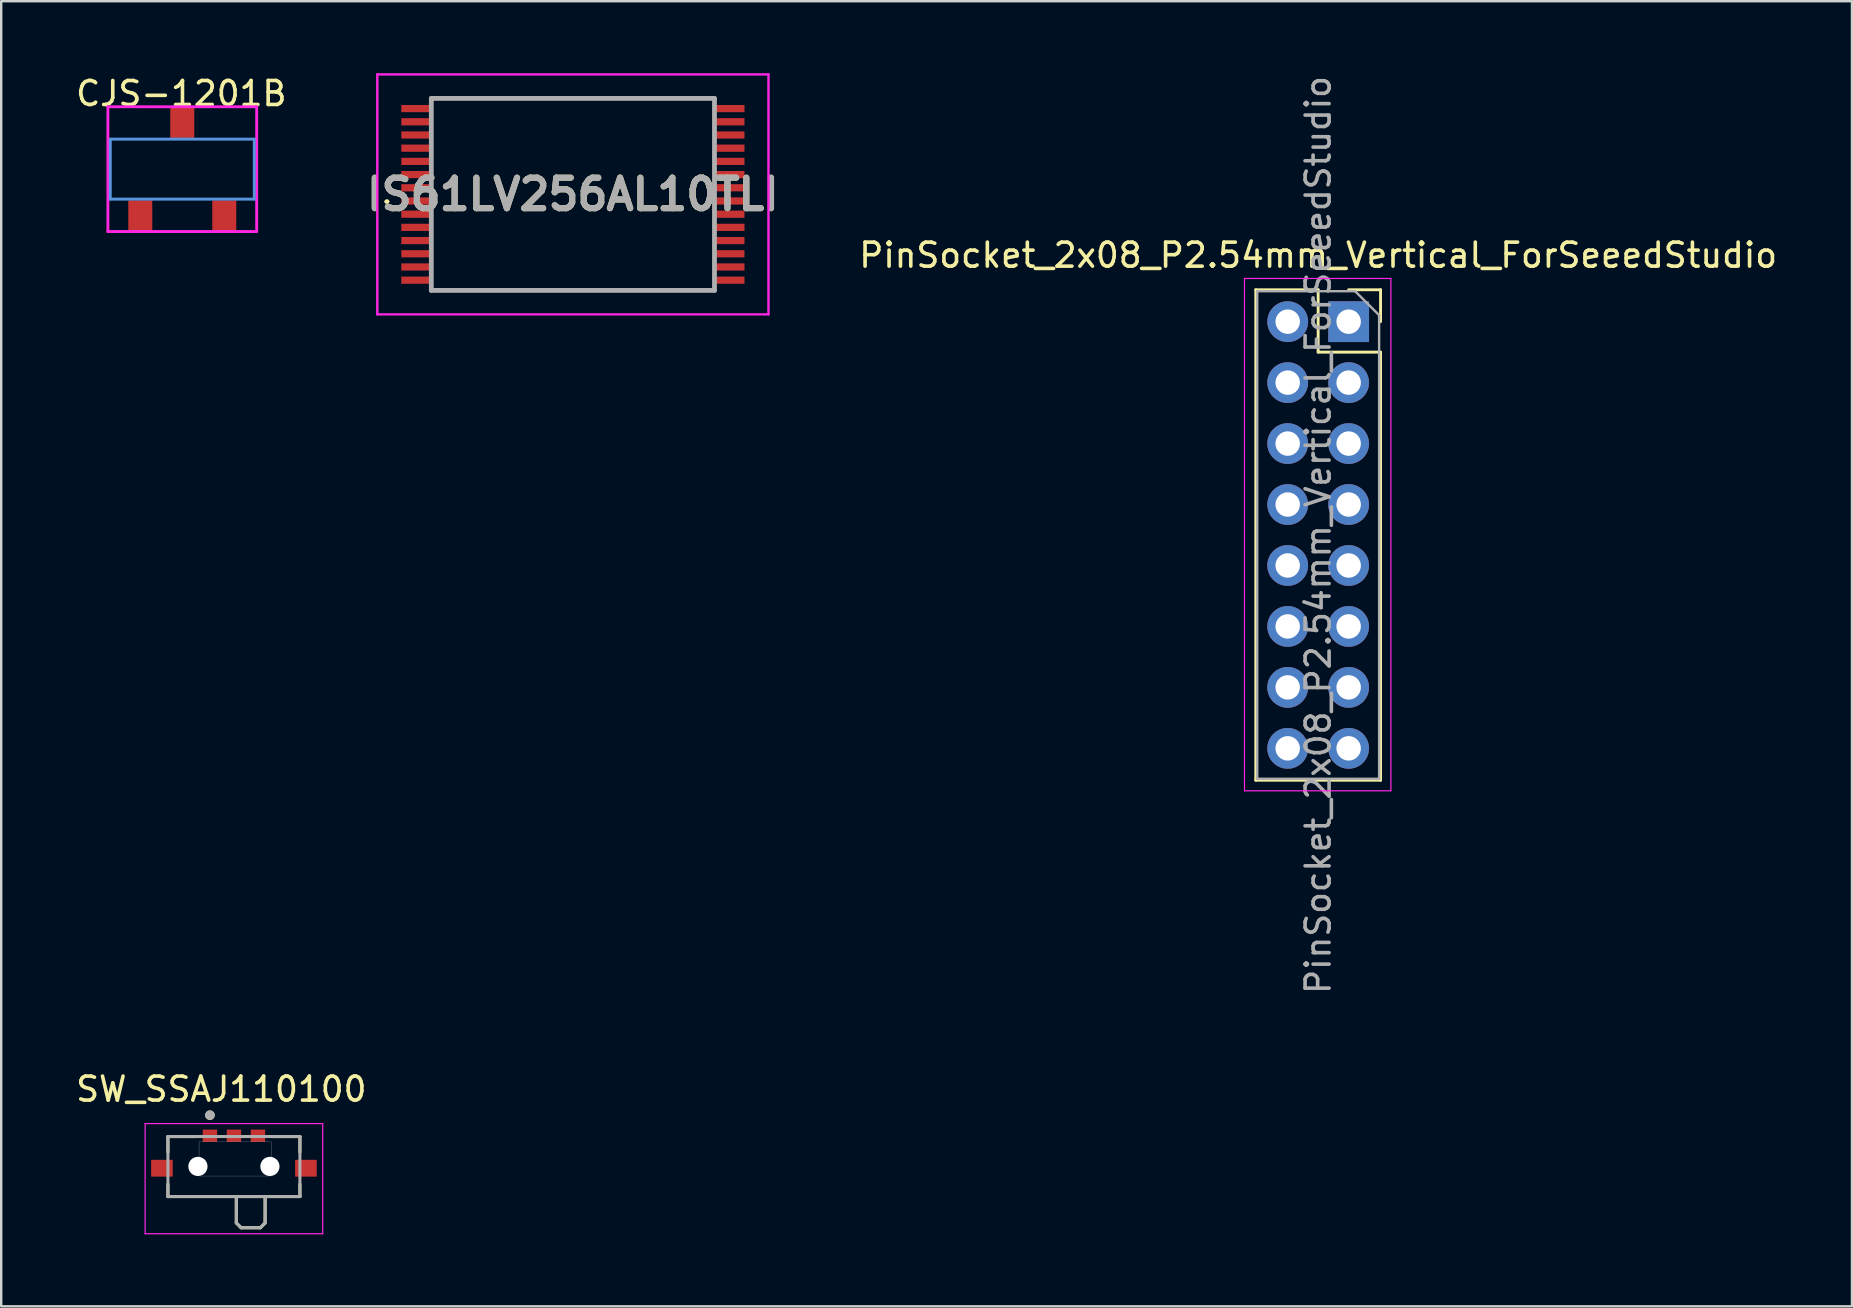
<source format=kicad_pcb>
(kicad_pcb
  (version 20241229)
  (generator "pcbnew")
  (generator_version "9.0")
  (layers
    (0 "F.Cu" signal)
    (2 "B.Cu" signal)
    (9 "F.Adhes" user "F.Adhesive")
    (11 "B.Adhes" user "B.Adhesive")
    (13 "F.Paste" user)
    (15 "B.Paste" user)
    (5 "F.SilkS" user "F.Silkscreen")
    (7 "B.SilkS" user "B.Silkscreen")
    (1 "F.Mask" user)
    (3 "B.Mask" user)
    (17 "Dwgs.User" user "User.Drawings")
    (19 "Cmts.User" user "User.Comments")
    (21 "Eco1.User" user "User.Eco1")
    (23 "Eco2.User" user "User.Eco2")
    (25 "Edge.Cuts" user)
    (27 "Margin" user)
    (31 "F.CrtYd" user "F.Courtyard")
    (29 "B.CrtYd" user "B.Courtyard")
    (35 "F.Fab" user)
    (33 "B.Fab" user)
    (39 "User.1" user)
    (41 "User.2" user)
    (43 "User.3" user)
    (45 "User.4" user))
  (footprint "CJS-1201B"
    (layer "F.Cu")
    (at 4.546 3.998)
    (property "Reference" "CJS-1201B" (at -0.04 -3.15 0) (layer "F.SilkS") (effects (font (size 1 1) (thickness 0.15))))
    (attr through_hole)
    (fp_line (start -3 -1.25) (end 3 -1.25) (stroke (width 0.12) (type solid)) (layer "Cmts.User"))
    (fp_line (start -3 1.25) (end -3 -1.25) (stroke (width 0.12) (type solid)) (layer "Cmts.User"))
    (fp_line (start 3 -1.25) (end 3 1.25) (stroke (width 0.12) (type solid)) (layer "Cmts.User"))
    (fp_line (start 3 1.25) (end -3 1.25) (stroke (width 0.12) (type solid)) (layer "Cmts.User"))
    (fp_line (start -3.1 -2.6) (end 3.1 -2.6) (stroke (width 0.12) (type solid)) (layer "F.CrtYd"))
    (fp_line (start -3.1 2.6) (end -3.1 -2.6) (stroke (width 0.12) (type solid)) (layer "F.CrtYd"))
    (fp_line (start 3.1 -2.6) (end 3.1 2.6) (stroke (width 0.12) (type solid)) (layer "F.CrtYd"))
    (fp_line (start 3.1 2.6) (end -3.1 2.6) (stroke (width 0.12) (type solid)) (layer "F.CrtYd"))
    (pad "1" smd rect (at -1.75 1.95) (size 1 1.3) (layers "F.Cu" "F.Mask" "F.Paste"))
    (pad "2" smd rect (at 0 -1.95) (size 1 1.3) (layers "F.Cu" "F.Mask" "F.Paste"))
    (pad "3" smd rect (at 1.75 1.95) (size 1 1.3) (layers "F.Cu" "F.Mask" "F.Paste")))
  (footprint "SW_SSAJ110100"
    (layer "F.Cu")
    (at 6.698 45.556)
    (property "Reference" "SW_SSAJ110100" (at -0.525 -3.22 0) (layer "F.SilkS") (effects (font (size 1 1) (thickness 0.15))))
    (attr smd)
    (fp_line (start -2.75 -1.245) (end -1.62 -1.245) (stroke (width 0.127) (type solid)) (layer "F.SilkS"))
    (fp_line (start -2.75 -0.595) (end -2.75 -1.245) (stroke (width 0.127) (type solid)) (layer "F.SilkS"))
    (fp_line (start -2.75 1.255) (end -2.75 0.745) (stroke (width 0.127) (type solid)) (layer "F.SilkS"))
    (fp_line (start 0.1 1.255) (end -2.75 1.255) (stroke (width 0.127) (type solid)) (layer "F.SilkS"))
    (fp_line (start 0.1 1.255) (end 0.1 2.355) (stroke (width 0.127) (type solid)) (layer "F.SilkS"))
    (fp_line (start 0.1 2.355) (end 0.3 2.555) (stroke (width 0.127) (type solid)) (layer "F.SilkS"))
    (fp_line (start 0.3 2.555) (end 1.1 2.555) (stroke (width 0.127) (type solid)) (layer "F.SilkS"))
    (fp_line (start 1.1 2.555) (end 1.3 2.355) (stroke (width 0.127) (type solid)) (layer "F.SilkS"))
    (fp_line (start 1.3 1.255) (end 0.1 1.255) (stroke (width 0.127) (type solid)) (layer "F.SilkS"))
    (fp_line (start 1.3 2.355) (end 1.3 1.255) (stroke (width 0.127) (type solid)) (layer "F.SilkS"))
    (fp_line (start 1.62 -1.245) (end 2.75 -1.245) (stroke (width 0.127) (type solid)) (layer "F.SilkS"))
    (fp_line (start 2.75 -1.245) (end 2.75 -0.595) (stroke (width 0.127) (type solid)) (layer "F.SilkS"))
    (fp_line (start 2.75 1.255) (end 1.3 1.255) (stroke (width 0.127) (type solid)) (layer "F.SilkS"))
    (fp_line (start 2.75 1.255) (end 2.75 0.745) (stroke (width 0.127) (type solid)) (layer "F.SilkS"))
    (fp_circle (center -1 -2.135) (end -0.9 -2.135) (stroke (width 0.2) (type solid)) (fill no) (layer "F.SilkS"))
    (fp_poly (pts (xy -1.453 -1.025) (xy 1.55 -1.025) (xy 1.55 0.4) (xy -1.453 0.4)) (stroke (width 0.01) (type solid)) (fill no) (layer "Dwgs.User"))
    (fp_line (start -3.7 -1.785) (end -3.7 2.805) (stroke (width 0.05) (type solid)) (layer "F.CrtYd"))
    (fp_line (start -3.7 2.805) (end 3.7 2.805) (stroke (width 0.05) (type solid)) (layer "F.CrtYd"))
    (fp_line (start 3.7 -1.785) (end -3.7 -1.785) (stroke (width 0.05) (type solid)) (layer "F.CrtYd"))
    (fp_line (start 3.7 2.805) (end 3.7 -1.785) (stroke (width 0.05) (type solid)) (layer "F.CrtYd"))
    (fp_line (start -2.75 -1.245) (end 2.75 -1.245) (stroke (width 0.127) (type solid)) (layer "F.Fab"))
    (fp_line (start -2.75 1.255) (end -2.75 -1.245) (stroke (width 0.127) (type solid)) (layer "F.Fab"))
    (fp_line (start 0.1 1.255) (end -2.75 1.255) (stroke (width 0.127) (type solid)) (layer "F.Fab"))
    (fp_line (start 0.1 1.255) (end 0.1 2.355) (stroke (width 0.127) (type solid)) (layer "F.Fab"))
    (fp_line (start 0.1 2.355) (end 0.3 2.555) (stroke (width 0.127) (type solid)) (layer "F.Fab"))
    (fp_line (start 0.3 2.555) (end 1.1 2.555) (stroke (width 0.127) (type solid)) (layer "F.Fab"))
    (fp_line (start 1.1 2.555) (end 1.3 2.355) (stroke (width 0.127) (type solid)) (layer "F.Fab"))
    (fp_line (start 1.3 1.255) (end 0.1 1.255) (stroke (width 0.127) (type solid)) (layer "F.Fab"))
    (fp_line (start 1.3 2.355) (end 1.3 1.255) (stroke (width 0.127) (type solid)) (layer "F.Fab"))
    (fp_line (start 2.75 -1.245) (end 2.75 1.255) (stroke (width 0.127) (type solid)) (layer "F.Fab"))
    (fp_line (start 2.75 1.255) (end 1.3 1.255) (stroke (width 0.127) (type solid)) (layer "F.Fab"))
    (fp_circle (center -1 -2.135) (end -0.9 -2.135) (stroke (width 0.2) (type solid)) (fill no) (layer "F.Fab"))
    (pad "" np_thru_hole circle (at -1.5 0) (size 0.8 0.8) (drill 0.8) (layers "*.Cu" "*.Mask"))
    (pad "" np_thru_hole circle (at 1.5 0) (size 0.8 0.8) (drill 0.8) (layers "*.Cu" "*.Mask"))
    (pad "1" smd rect (at -1 -1.28) (size 0.6 0.51) (layers "F.Cu" "F.Mask" "F.Paste"))
    (pad "2" smd rect (at 1 -1.28) (size 0.6 0.51) (layers "F.Cu" "F.Mask" "F.Paste"))
    (pad "C" smd rect (at 0 -1.28) (size 0.6 0.51) (layers "F.Cu" "F.Mask" "F.Paste"))
    (pad "S1" smd rect (at 3 0.075) (size 0.9 0.7) (layers "F.Cu" "F.Mask" "F.Paste"))
    (pad "S2" smd rect (at -3 0.075) (size 0.9 0.7) (layers "F.Cu" "F.Mask" "F.Paste")))
  (footprint "PinSocket_2x08_P2.54mm_Vertical_ForSeeedStudio"
    (layer "F.Cu")
    (at 53.149 10.354)
    (property "Reference" "PinSocket_2x08_P2.54mm_Vertical_ForSeeedStudio" (at -1.27 -2.77 180) (layer "F.SilkS") (effects (font (size 1 1) (thickness 0.15))))
    (attr through_hole)
    (fp_line (start -3.87 -1.33) (end -3.87 19.11) (stroke (width 0.12) (type solid)) (layer "F.SilkS"))
    (fp_line (start -3.87 -1.33) (end -1.27 -1.33) (stroke (width 0.12) (type solid)) (layer "F.SilkS"))
    (fp_line (start -3.87 19.11) (end 1.33 19.11) (stroke (width 0.12) (type solid)) (layer "F.SilkS"))
    (fp_line (start -1.27 -1.33) (end -1.27 1.27) (stroke (width 0.12) (type solid)) (layer "F.SilkS"))
    (fp_line (start -1.27 1.27) (end 1.33 1.27) (stroke (width 0.12) (type solid)) (layer "F.SilkS"))
    (fp_line (start 0 -1.33) (end 1.33 -1.33) (stroke (width 0.12) (type solid)) (layer "F.SilkS"))
    (fp_line (start 1.33 -1.33) (end 1.33 0) (stroke (width 0.12) (type solid)) (layer "F.SilkS"))
    (fp_line (start 1.33 1.27) (end 1.33 19.11) (stroke (width 0.12) (type solid)) (layer "F.SilkS"))
    (fp_line (start -4.34 -1.8) (end 1.76 -1.8) (stroke (width 0.05) (type solid)) (layer "F.CrtYd"))
    (fp_line (start -4.34 19.55) (end -4.34 -1.8) (stroke (width 0.05) (type solid)) (layer "F.CrtYd"))
    (fp_line (start 1.76 -1.8) (end 1.76 19.55) (stroke (width 0.05) (type solid)) (layer "F.CrtYd"))
    (fp_line (start 1.76 19.55) (end -4.34 19.55) (stroke (width 0.05) (type solid)) (layer "F.CrtYd"))
    (fp_line (start -3.81 -1.27) (end 0.27 -1.27) (stroke (width 0.1) (type solid)) (layer "F.Fab"))
    (fp_line (start -3.81 19.05) (end -3.81 -1.27) (stroke (width 0.1) (type solid)) (layer "F.Fab"))
    (fp_line (start 0.27 -1.27) (end 1.27 -0.27) (stroke (width 0.1) (type solid)) (layer "F.Fab"))
    (fp_line (start 1.27 -0.27) (end 1.27 19.05) (stroke (width 0.1) (type solid)) (layer "F.Fab"))
    (fp_line (start 1.27 19.05) (end -3.81 19.05) (stroke (width 0.1) (type solid)) (layer "F.Fab"))
    (fp_text user "${REFERENCE}" (at -1.27 8.89 90) (layer "F.Fab") (effects (font (size 1 1) (thickness 0.15))))
    (pad "1" thru_hole rect (at 0 0) (size 1.7 1.7) (drill 1.02) (layers "*.Cu" "*.Mask"))
    (pad "2" thru_hole oval (at -2.54 0) (size 1.7 1.7) (drill 1.02) (layers "*.Cu" "*.Mask"))
    (pad "3" thru_hole oval (at 0 2.54) (size 1.7 1.7) (drill 1.02) (layers "*.Cu" "*.Mask"))
    (pad "4" thru_hole oval (at -2.54 2.54) (size 1.7 1.7) (drill 1.02) (layers "*.Cu" "*.Mask"))
    (pad "5" thru_hole oval (at 0 5.08) (size 1.7 1.7) (drill 1.02) (layers "*.Cu" "*.Mask"))
    (pad "6" thru_hole oval (at -2.54 5.08) (size 1.7 1.7) (drill 1.02) (layers "*.Cu" "*.Mask"))
    (pad "7" thru_hole oval (at 0 7.62) (size 1.7 1.7) (drill 1.02) (layers "*.Cu" "*.Mask"))
    (pad "8" thru_hole oval (at -2.54 7.62) (size 1.7 1.7) (drill 1.02) (layers "*.Cu" "*.Mask"))
    (pad "9" thru_hole oval (at 0 10.16) (size 1.7 1.7) (drill 1.02) (layers "*.Cu" "*.Mask"))
    (pad "10" thru_hole oval (at -2.54 10.16) (size 1.7 1.7) (drill 1.02) (layers "*.Cu" "*.Mask"))
    (pad "11" thru_hole oval (at 0 12.7) (size 1.7 1.7) (drill 1.02) (layers "*.Cu" "*.Mask"))
    (pad "12" thru_hole oval (at -2.54 12.7) (size 1.7 1.7) (drill 1.02) (layers "*.Cu" "*.Mask"))
    (pad "13" thru_hole oval (at 0 15.24) (size 1.7 1.7) (drill 1.02) (layers "*.Cu" "*.Mask"))
    (pad "14" thru_hole oval (at -2.54 15.24) (size 1.7 1.7) (drill 1.02) (layers "*.Cu" "*.Mask"))
    (pad "15" thru_hole oval (at 0 17.78) (size 1.7 1.7) (drill 1.02) (layers "*.Cu" "*.Mask"))
    (pad "16" thru_hole oval (at -2.54 17.78) (size 1.7 1.7) (drill 1.02) (layers "*.Cu" "*.Mask")))
  (footprint "IS61LV256AL10TLI"
    (layer "F.Cu")
    (at 20.823 5.05)
    (property "Reference" "IS61LV256AL10TLI" (at 0 0 0) (layer "F.SilkS") (effects (font (size 1.27 1.27) (thickness 0.254))))
    (attr smd)
    (fp_line (start -7.8 0.3) (end -7.8 0.3) (stroke (width 0.1) (type solid)) (layer "F.SilkS"))
    (fp_line (start -7.7 0.3) (end -7.7 0.3) (stroke (width 0.1) (type solid)) (layer "F.SilkS"))
    (fp_line (start -5.5 -4) (end 5.5 -4) (stroke (width 0.1) (type solid)) (layer "F.SilkS"))
    (fp_line (start -5.5 4) (end 5.5 4) (stroke (width 0.1) (type solid)) (layer "F.SilkS"))
    (fp_arc (start -7.8 0.3) (mid -7.75 0.25) (end -7.7 0.3) (stroke (width 0.1) (type solid)) (layer "F.SilkS"))
    (fp_arc (start -7.7 0.3) (mid -7.75 0.35) (end -7.8 0.3) (stroke (width 0.1) (type solid)) (layer "F.SilkS"))
    (fp_line (start -8.15 -5) (end 8.15 -5) (stroke (width 0.1) (type solid)) (layer "F.CrtYd"))
    (fp_line (start -8.15 5) (end -8.15 -5) (stroke (width 0.1) (type solid)) (layer "F.CrtYd"))
    (fp_line (start 8.15 -5) (end 8.15 5) (stroke (width 0.1) (type solid)) (layer "F.CrtYd"))
    (fp_line (start 8.15 5) (end -8.15 5) (stroke (width 0.1) (type solid)) (layer "F.CrtYd"))
    (fp_line (start -5.9 -4) (end 5.9 -4) (stroke (width 0.2) (type solid)) (layer "F.Fab"))
    (fp_line (start -5.9 4) (end -5.9 -4) (stroke (width 0.2) (type solid)) (layer "F.Fab"))
    (fp_line (start 5.9 -4) (end 5.9 4) (stroke (width 0.2) (type solid)) (layer "F.Fab"))
    (fp_line (start 5.9 4) (end -5.9 4) (stroke (width 0.2) (type solid)) (layer "F.Fab"))
    (fp_text user "${REFERENCE}" (at 0 0 0) (layer "F.Fab") (effects (font (size 1.27 1.27) (thickness 0.254))))
    (pad "1" smd rect (at -6.5 0.275 90) (size 0.3 1.3) (layers "F.Cu" "F.Mask" "F.Paste"))
    (pad "2" smd rect (at -6.5 0.825 90) (size 0.3 1.3) (layers "F.Cu" "F.Mask" "F.Paste"))
    (pad "3" smd rect (at -6.5 1.375 90) (size 0.3 1.3) (layers "F.Cu" "F.Mask" "F.Paste"))
    (pad "4" smd rect (at -6.5 1.925 90) (size 0.3 1.3) (layers "F.Cu" "F.Mask" "F.Paste"))
    (pad "5" smd rect (at -6.5 2.475 90) (size 0.3 1.3) (layers "F.Cu" "F.Mask" "F.Paste"))
    (pad "6" smd rect (at -6.5 3.025 90) (size 0.3 1.3) (layers "F.Cu" "F.Mask" "F.Paste"))
    (pad "7" smd rect (at -6.5 3.575 90) (size 0.3 1.3) (layers "F.Cu" "F.Mask" "F.Paste"))
    (pad "8" smd rect (at 6.5 3.575 90) (size 0.3 1.3) (layers "F.Cu" "F.Mask" "F.Paste"))
    (pad "9" smd rect (at 6.5 3.025 90) (size 0.3 1.3) (layers "F.Cu" "F.Mask" "F.Paste"))
    (pad "10" smd rect (at 6.5 2.475 90) (size 0.3 1.3) (layers "F.Cu" "F.Mask" "F.Paste"))
    (pad "11" smd rect (at 6.5 1.925 90) (size 0.3 1.3) (layers "F.Cu" "F.Mask" "F.Paste"))
    (pad "12" smd rect (at 6.5 1.375 90) (size 0.3 1.3) (layers "F.Cu" "F.Mask" "F.Paste"))
    (pad "13" smd rect (at 6.5 0.825 90) (size 0.3 1.3) (layers "F.Cu" "F.Mask" "F.Paste"))
    (pad "14" smd rect (at 6.5 0.275 90) (size 0.3 1.3) (layers "F.Cu" "F.Mask" "F.Paste"))
    (pad "15" smd rect (at 6.5 -0.275 90) (size 0.3 1.3) (layers "F.Cu" "F.Mask" "F.Paste"))
    (pad "16" smd rect (at 6.5 -0.825 90) (size 0.3 1.3) (layers "F.Cu" "F.Mask" "F.Paste"))
    (pad "17" smd rect (at 6.5 -1.375 90) (size 0.3 1.3) (layers "F.Cu" "F.Mask" "F.Paste"))
    (pad "18" smd rect (at 6.5 -1.925 90) (size 0.3 1.3) (layers "F.Cu" "F.Mask" "F.Paste"))
    (pad "19" smd rect (at 6.5 -2.475 90) (size 0.3 1.3) (layers "F.Cu" "F.Mask" "F.Paste"))
    (pad "20" smd rect (at 6.5 -3.025 90) (size 0.3 1.3) (layers "F.Cu" "F.Mask" "F.Paste"))
    (pad "21" smd rect (at 6.5 -3.575 90) (size 0.3 1.3) (layers "F.Cu" "F.Mask" "F.Paste"))
    (pad "22" smd rect (at -6.5 -3.575 90) (size 0.3 1.3) (layers "F.Cu" "F.Mask" "F.Paste"))
    (pad "23" smd rect (at -6.5 -3.025 90) (size 0.3 1.3) (layers "F.Cu" "F.Mask" "F.Paste"))
    (pad "24" smd rect (at -6.5 -2.475 90) (size 0.3 1.3) (layers "F.Cu" "F.Mask" "F.Paste"))
    (pad "25" smd rect (at -6.5 -1.925 90) (size 0.3 1.3) (layers "F.Cu" "F.Mask" "F.Paste"))
    (pad "26" smd rect (at -6.5 -1.375 90) (size 0.3 1.3) (layers "F.Cu" "F.Mask" "F.Paste"))
    (pad "27" smd rect (at -6.5 -0.825 90) (size 0.3 1.3) (layers "F.Cu" "F.Mask" "F.Paste"))
    (pad "28" smd rect (at -6.5 -0.275 90) (size 0.3 1.3) (layers "F.Cu" "F.Mask" "F.Paste")))
  (gr_rect
    (start -3 -3)
    (end 74.123 51.386)
    (stroke (width 0.1) (type default))
    (fill no)
    (layer "Edge.Cuts")))
</source>
